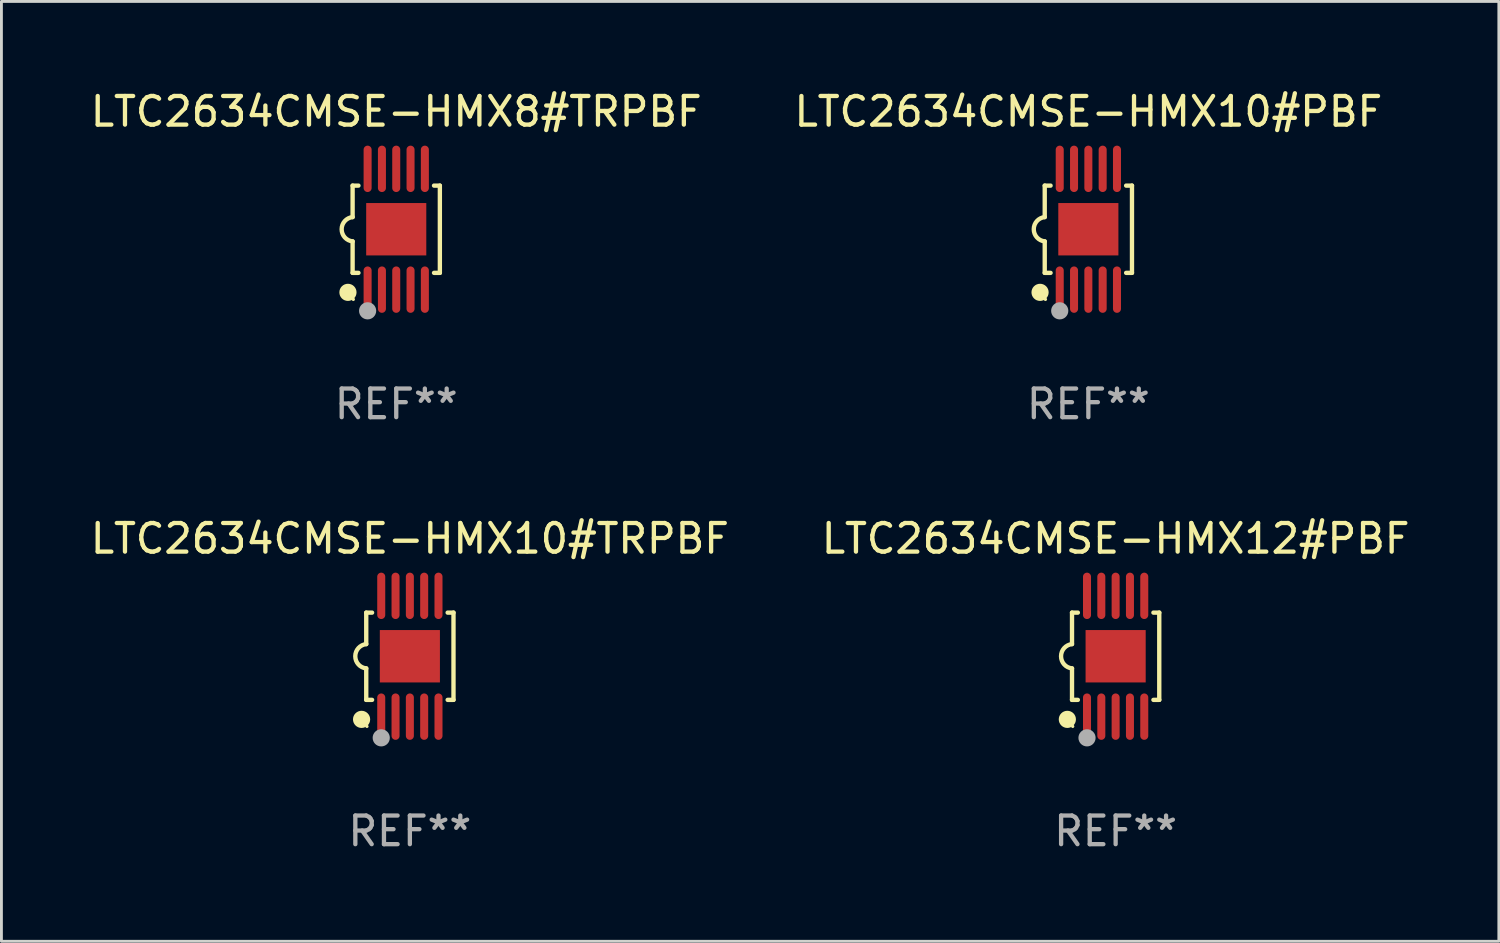
<source format=kicad_pcb>
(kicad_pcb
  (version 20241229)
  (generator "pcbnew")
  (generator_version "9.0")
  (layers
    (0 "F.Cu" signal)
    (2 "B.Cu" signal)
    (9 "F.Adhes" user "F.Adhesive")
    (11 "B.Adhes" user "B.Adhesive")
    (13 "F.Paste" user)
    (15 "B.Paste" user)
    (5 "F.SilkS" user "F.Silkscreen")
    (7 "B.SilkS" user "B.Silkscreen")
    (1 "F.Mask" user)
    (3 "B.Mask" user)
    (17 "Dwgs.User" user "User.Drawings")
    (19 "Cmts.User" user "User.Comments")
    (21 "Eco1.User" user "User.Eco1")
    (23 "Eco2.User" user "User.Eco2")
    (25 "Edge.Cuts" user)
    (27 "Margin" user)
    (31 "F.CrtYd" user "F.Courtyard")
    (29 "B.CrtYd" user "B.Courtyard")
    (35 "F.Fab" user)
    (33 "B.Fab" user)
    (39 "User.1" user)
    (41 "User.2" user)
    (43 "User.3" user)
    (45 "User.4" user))
  (footprint "LTC2634CMSE-HMX8#TRPBF"
    (layer "F.Cu")
    (at 10.792 4.958)
    (property "Reference" "LTC2634CMSE-HMX8#TRPBF" (at 0 -4.11 0) (layer "F.SilkS") (effects (font (size 1 1) (thickness 0.15))))
    (attr through_hole)
    (fp_line (start -1.524 -1.524) (end -1.524 -0.424) (stroke (width 0.152) (type solid)) (layer "F.SilkS"))
    (fp_line (start -1.524 1.524) (end -1.524 0.424) (stroke (width 0.152) (type solid)) (layer "F.SilkS"))
    (fp_line (start -1.524 1.524) (end -1.32 1.524) (stroke (width 0.152) (type solid)) (layer "F.SilkS"))
    (fp_line (start -1.32 -1.524) (end -1.524 -1.524) (stroke (width 0.152) (type solid)) (layer "F.SilkS"))
    (fp_line (start 1.32 1.524) (end 1.524 1.524) (stroke (width 0.152) (type solid)) (layer "F.SilkS"))
    (fp_line (start 1.524 -1.524) (end 1.32 -1.524) (stroke (width 0.152) (type solid)) (layer "F.SilkS"))
    (fp_line (start 1.524 1.524) (end 1.524 -1.524) (stroke (width 0.152) (type solid)) (layer "F.SilkS"))
    (fp_arc (start -1.524003 0.424003) (mid -1.906663 -0.000089) (end -1.524004 -0.424181) (stroke (width 0.151994) (type solid)) (layer "F.SilkS"))
    (fp_circle (center -1.687 2.205) (end -1.537 2.205) (stroke (width 0.3) (type solid)) (fill no) (layer "F.SilkS"))
    (fp_circle (center -1.5 2.45) (end -1.47 2.45) (stroke (width 0.06) (type solid)) (fill no) (layer "F.SilkS"))
    (fp_circle (center -1 2.85) (end -0.85 2.85) (stroke (width 0.3) (type solid)) (fill no) (layer "F.Fab"))
    (fp_text user "REF**" (at 0 6.11 0) (layer "F.Fab") (effects (font (size 1 1) (thickness 0.15))))
    (pad "1" smd oval (at -1 2.11) (size 0.28 1.62) (layers "F.Cu" "F.Mask" "F.Paste"))
    (pad "2" smd oval (at -0.5 2.11) (size 0.28 1.62) (layers "F.Cu" "F.Mask" "F.Paste"))
    (pad "3" smd oval (at 0 2.11) (size 0.28 1.62) (layers "F.Cu" "F.Mask" "F.Paste"))
    (pad "4" smd oval (at 0.5 2.11) (size 0.28 1.62) (layers "F.Cu" "F.Mask" "F.Paste"))
    (pad "5" smd oval (at 1 2.11) (size 0.28 1.62) (layers "F.Cu" "F.Mask" "F.Paste"))
    (pad "6" smd oval (at 1 -2.11) (size 0.28 1.62) (layers "F.Cu" "F.Mask" "F.Paste"))
    (pad "7" smd oval (at 0.5 -2.11) (size 0.28 1.62) (layers "F.Cu" "F.Mask" "F.Paste"))
    (pad "8" smd oval (at 0 -2.11) (size 0.28 1.62) (layers "F.Cu" "F.Mask" "F.Paste"))
    (pad "9" smd oval (at -0.5 -2.11) (size 0.28 1.62) (layers "F.Cu" "F.Mask" "F.Paste"))
    (pad "10" smd oval (at -1 -2.11) (size 0.28 1.62) (layers "F.Cu" "F.Mask" "F.Paste"))
    (pad "11" smd rect (at 0 0) (size 2.1 1.83) (layers "F.Cu" "F.Mask" "F.Paste")))
  (footprint "LTC2634CMSE-HMX12#PBF"
    (layer "F.Cu")
    (at 35.923 19.875)
    (property "Reference" "LTC2634CMSE-HMX12#PBF" (at 0 -4.11 0) (layer "F.SilkS") (effects (font (size 1 1) (thickness 0.15))))
    (attr through_hole)
    (fp_line (start -1.524 -1.524) (end -1.524 -0.424) (stroke (width 0.152) (type solid)) (layer "F.SilkS"))
    (fp_line (start -1.524 1.524) (end -1.524 0.424) (stroke (width 0.152) (type solid)) (layer "F.SilkS"))
    (fp_line (start -1.524 1.524) (end -1.32 1.524) (stroke (width 0.152) (type solid)) (layer "F.SilkS"))
    (fp_line (start -1.32 -1.524) (end -1.524 -1.524) (stroke (width 0.152) (type solid)) (layer "F.SilkS"))
    (fp_line (start 1.32 1.524) (end 1.524 1.524) (stroke (width 0.152) (type solid)) (layer "F.SilkS"))
    (fp_line (start 1.524 -1.524) (end 1.32 -1.524) (stroke (width 0.152) (type solid)) (layer "F.SilkS"))
    (fp_line (start 1.524 1.524) (end 1.524 -1.524) (stroke (width 0.152) (type solid)) (layer "F.SilkS"))
    (fp_arc (start -1.524003 0.424003) (mid -1.906663 -0.000089) (end -1.524004 -0.424181) (stroke (width 0.151994) (type solid)) (layer "F.SilkS"))
    (fp_circle (center -1.687 2.205) (end -1.537 2.205) (stroke (width 0.3) (type solid)) (fill no) (layer "F.SilkS"))
    (fp_circle (center -1.5 2.45) (end -1.47 2.45) (stroke (width 0.06) (type solid)) (fill no) (layer "F.SilkS"))
    (fp_circle (center -1 2.85) (end -0.85 2.85) (stroke (width 0.3) (type solid)) (fill no) (layer "F.Fab"))
    (fp_text user "REF**" (at 0 6.11 0) (layer "F.Fab") (effects (font (size 1 1) (thickness 0.15))))
    (pad "1" smd oval (at -1 2.11) (size 0.28 1.62) (layers "F.Cu" "F.Mask" "F.Paste"))
    (pad "2" smd oval (at -0.5 2.11) (size 0.28 1.62) (layers "F.Cu" "F.Mask" "F.Paste"))
    (pad "3" smd oval (at 0 2.11) (size 0.28 1.62) (layers "F.Cu" "F.Mask" "F.Paste"))
    (pad "4" smd oval (at 0.5 2.11) (size 0.28 1.62) (layers "F.Cu" "F.Mask" "F.Paste"))
    (pad "5" smd oval (at 1 2.11) (size 0.28 1.62) (layers "F.Cu" "F.Mask" "F.Paste"))
    (pad "6" smd oval (at 1 -2.11) (size 0.28 1.62) (layers "F.Cu" "F.Mask" "F.Paste"))
    (pad "7" smd oval (at 0.5 -2.11) (size 0.28 1.62) (layers "F.Cu" "F.Mask" "F.Paste"))
    (pad "8" smd oval (at 0 -2.11) (size 0.28 1.62) (layers "F.Cu" "F.Mask" "F.Paste"))
    (pad "9" smd oval (at -0.5 -2.11) (size 0.28 1.62) (layers "F.Cu" "F.Mask" "F.Paste"))
    (pad "10" smd oval (at -1 -2.11) (size 0.28 1.62) (layers "F.Cu" "F.Mask" "F.Paste"))
    (pad "11" smd rect (at 0 0) (size 2.1 1.83) (layers "F.Cu" "F.Mask" "F.Paste")))
  (footprint "LTC2634CMSE-HMX10#PBF"
    (layer "F.Cu")
    (at 34.97 4.958)
    (property "Reference" "LTC2634CMSE-HMX10#PBF" (at 0 -4.11 0) (layer "F.SilkS") (effects (font (size 1 1) (thickness 0.15))))
    (attr through_hole)
    (fp_line (start -1.524 -1.524) (end -1.524 -0.424) (stroke (width 0.152) (type solid)) (layer "F.SilkS"))
    (fp_line (start -1.524 1.524) (end -1.524 0.424) (stroke (width 0.152) (type solid)) (layer "F.SilkS"))
    (fp_line (start -1.524 1.524) (end -1.32 1.524) (stroke (width 0.152) (type solid)) (layer "F.SilkS"))
    (fp_line (start -1.32 -1.524) (end -1.524 -1.524) (stroke (width 0.152) (type solid)) (layer "F.SilkS"))
    (fp_line (start 1.32 1.524) (end 1.524 1.524) (stroke (width 0.152) (type solid)) (layer "F.SilkS"))
    (fp_line (start 1.524 -1.524) (end 1.32 -1.524) (stroke (width 0.152) (type solid)) (layer "F.SilkS"))
    (fp_line (start 1.524 1.524) (end 1.524 -1.524) (stroke (width 0.152) (type solid)) (layer "F.SilkS"))
    (fp_arc (start -1.524003 0.424003) (mid -1.906663 -0.000089) (end -1.524004 -0.424181) (stroke (width 0.151994) (type solid)) (layer "F.SilkS"))
    (fp_circle (center -1.687 2.205) (end -1.537 2.205) (stroke (width 0.3) (type solid)) (fill no) (layer "F.SilkS"))
    (fp_circle (center -1.5 2.45) (end -1.47 2.45) (stroke (width 0.06) (type solid)) (fill no) (layer "F.SilkS"))
    (fp_circle (center -1 2.85) (end -0.85 2.85) (stroke (width 0.3) (type solid)) (fill no) (layer "F.Fab"))
    (fp_text user "REF**" (at 0 6.11 0) (layer "F.Fab") (effects (font (size 1 1) (thickness 0.15))))
    (pad "1" smd oval (at -1 2.11) (size 0.28 1.62) (layers "F.Cu" "F.Mask" "F.Paste"))
    (pad "2" smd oval (at -0.5 2.11) (size 0.28 1.62) (layers "F.Cu" "F.Mask" "F.Paste"))
    (pad "3" smd oval (at 0 2.11) (size 0.28 1.62) (layers "F.Cu" "F.Mask" "F.Paste"))
    (pad "4" smd oval (at 0.5 2.11) (size 0.28 1.62) (layers "F.Cu" "F.Mask" "F.Paste"))
    (pad "5" smd oval (at 1 2.11) (size 0.28 1.62) (layers "F.Cu" "F.Mask" "F.Paste"))
    (pad "6" smd oval (at 1 -2.11) (size 0.28 1.62) (layers "F.Cu" "F.Mask" "F.Paste"))
    (pad "7" smd oval (at 0.5 -2.11) (size 0.28 1.62) (layers "F.Cu" "F.Mask" "F.Paste"))
    (pad "8" smd oval (at 0 -2.11) (size 0.28 1.62) (layers "F.Cu" "F.Mask" "F.Paste"))
    (pad "9" smd oval (at -0.5 -2.11) (size 0.28 1.62) (layers "F.Cu" "F.Mask" "F.Paste"))
    (pad "10" smd oval (at -1 -2.11) (size 0.28 1.62) (layers "F.Cu" "F.Mask" "F.Paste"))
    (pad "11" smd rect (at 0 0) (size 2.1 1.83) (layers "F.Cu" "F.Mask" "F.Paste")))
  (footprint "LTC2634CMSE-HMX10#TRPBF"
    (layer "F.Cu")
    (at 11.268 19.875)
    (property "Reference" "LTC2634CMSE-HMX10#TRPBF" (at 0 -4.11 0) (layer "F.SilkS") (effects (font (size 1 1) (thickness 0.15))))
    (attr through_hole)
    (fp_line (start -1.524 -1.524) (end -1.524 -0.424) (stroke (width 0.152) (type solid)) (layer "F.SilkS"))
    (fp_line (start -1.524 1.524) (end -1.524 0.424) (stroke (width 0.152) (type solid)) (layer "F.SilkS"))
    (fp_line (start -1.524 1.524) (end -1.32 1.524) (stroke (width 0.152) (type solid)) (layer "F.SilkS"))
    (fp_line (start -1.32 -1.524) (end -1.524 -1.524) (stroke (width 0.152) (type solid)) (layer "F.SilkS"))
    (fp_line (start 1.32 1.524) (end 1.524 1.524) (stroke (width 0.152) (type solid)) (layer "F.SilkS"))
    (fp_line (start 1.524 -1.524) (end 1.32 -1.524) (stroke (width 0.152) (type solid)) (layer "F.SilkS"))
    (fp_line (start 1.524 1.524) (end 1.524 -1.524) (stroke (width 0.152) (type solid)) (layer "F.SilkS"))
    (fp_arc (start -1.524003 0.424003) (mid -1.906663 -0.000089) (end -1.524004 -0.424181) (stroke (width 0.151994) (type solid)) (layer "F.SilkS"))
    (fp_circle (center -1.687 2.205) (end -1.537 2.205) (stroke (width 0.3) (type solid)) (fill no) (layer "F.SilkS"))
    (fp_circle (center -1.5 2.45) (end -1.47 2.45) (stroke (width 0.06) (type solid)) (fill no) (layer "F.SilkS"))
    (fp_circle (center -1 2.85) (end -0.85 2.85) (stroke (width 0.3) (type solid)) (fill no) (layer "F.Fab"))
    (fp_text user "REF**" (at 0 6.11 0) (layer "F.Fab") (effects (font (size 1 1) (thickness 0.15))))
    (pad "1" smd oval (at -1 2.11) (size 0.28 1.62) (layers "F.Cu" "F.Mask" "F.Paste"))
    (pad "2" smd oval (at -0.5 2.11) (size 0.28 1.62) (layers "F.Cu" "F.Mask" "F.Paste"))
    (pad "3" smd oval (at 0 2.11) (size 0.28 1.62) (layers "F.Cu" "F.Mask" "F.Paste"))
    (pad "4" smd oval (at 0.5 2.11) (size 0.28 1.62) (layers "F.Cu" "F.Mask" "F.Paste"))
    (pad "5" smd oval (at 1 2.11) (size 0.28 1.62) (layers "F.Cu" "F.Mask" "F.Paste"))
    (pad "6" smd oval (at 1 -2.11) (size 0.28 1.62) (layers "F.Cu" "F.Mask" "F.Paste"))
    (pad "7" smd oval (at 0.5 -2.11) (size 0.28 1.62) (layers "F.Cu" "F.Mask" "F.Paste"))
    (pad "8" smd oval (at 0 -2.11) (size 0.28 1.62) (layers "F.Cu" "F.Mask" "F.Paste"))
    (pad "9" smd oval (at -0.5 -2.11) (size 0.28 1.62) (layers "F.Cu" "F.Mask" "F.Paste"))
    (pad "10" smd oval (at -1 -2.11) (size 0.28 1.62) (layers "F.Cu" "F.Mask" "F.Paste"))
    (pad "11" smd rect (at 0 0) (size 2.1 1.83) (layers "F.Cu" "F.Mask" "F.Paste")))
  (gr_rect
    (start -3 -3)
    (end 49.31 29.833)
    (stroke (width 0.1) (type default))
    (fill no)
    (layer "Edge.Cuts")))
</source>
